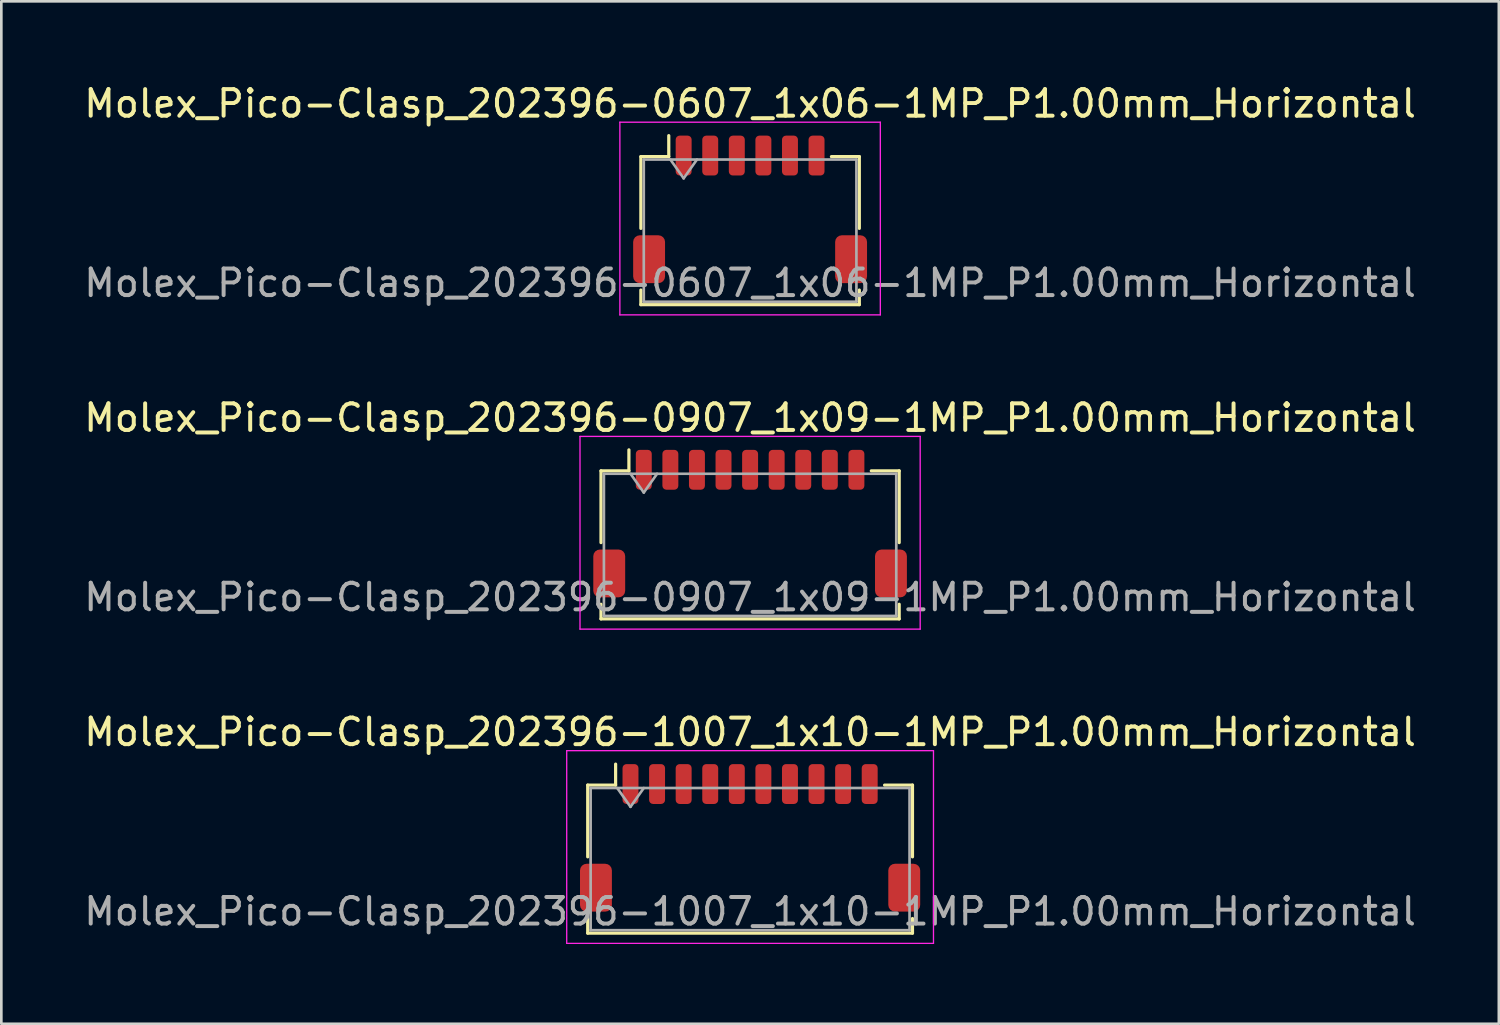
<source format=kicad_pcb>
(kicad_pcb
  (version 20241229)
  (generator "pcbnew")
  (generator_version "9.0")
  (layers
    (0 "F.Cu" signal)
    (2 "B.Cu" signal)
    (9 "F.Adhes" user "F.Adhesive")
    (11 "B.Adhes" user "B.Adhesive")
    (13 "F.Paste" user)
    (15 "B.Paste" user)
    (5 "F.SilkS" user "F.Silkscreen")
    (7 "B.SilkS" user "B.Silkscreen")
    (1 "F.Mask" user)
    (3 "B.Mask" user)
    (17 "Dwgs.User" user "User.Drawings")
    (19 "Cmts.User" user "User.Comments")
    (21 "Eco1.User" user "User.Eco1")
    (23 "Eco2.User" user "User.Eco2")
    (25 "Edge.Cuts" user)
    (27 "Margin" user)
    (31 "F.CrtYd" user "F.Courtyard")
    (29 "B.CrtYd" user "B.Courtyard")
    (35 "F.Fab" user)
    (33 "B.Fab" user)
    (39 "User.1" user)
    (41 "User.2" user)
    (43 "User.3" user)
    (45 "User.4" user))
  (footprint "Molex_Pico-Clasp_202396-0907_1x09-1MP_P1.00mm_Horizontal"
    (layer "F.Cu")
    (at 25.173 16.651)
    (property "Reference" "Molex_Pico-Clasp_202396-0907_1x09-1MP_P1.00mm_Horizontal" (at 0 -3.98 0) (layer "F.SilkS") (effects (font (size 1 1) (thickness 0.15))))
    (attr smd)
    (fp_line (start -5.61 -1.985) (end -4.56 -1.985) (stroke (width 0.12) (type solid)) (layer "F.SilkS"))
    (fp_line (start -5.61 0.715) (end -5.61 -1.985) (stroke (width 0.12) (type solid)) (layer "F.SilkS"))
    (fp_line (start -5.61 3.035) (end -5.61 3.585) (stroke (width 0.12) (type solid)) (layer "F.SilkS"))
    (fp_line (start -5.61 3.585) (end 5.61 3.585) (stroke (width 0.12) (type solid)) (layer "F.SilkS"))
    (fp_line (start -4.56 -1.985) (end -4.56 -2.775) (stroke (width 0.12) (type solid)) (layer "F.SilkS"))
    (fp_line (start 5.61 -1.985) (end 4.56 -1.985) (stroke (width 0.12) (type solid)) (layer "F.SilkS"))
    (fp_line (start 5.61 0.715) (end 5.61 -1.985) (stroke (width 0.12) (type solid)) (layer "F.SilkS"))
    (fp_line (start 5.61 3.585) (end 5.61 3.035) (stroke (width 0.12) (type solid)) (layer "F.SilkS"))
    (fp_line (start -6.4 -3.28) (end -6.4 3.97) (stroke (width 0.05) (type solid)) (layer "F.CrtYd"))
    (fp_line (start -6.4 3.97) (end 6.4 3.97) (stroke (width 0.05) (type solid)) (layer "F.CrtYd"))
    (fp_line (start 6.4 -3.28) (end -6.4 -3.28) (stroke (width 0.05) (type solid)) (layer "F.CrtYd"))
    (fp_line (start 6.4 3.97) (end 6.4 -3.28) (stroke (width 0.05) (type solid)) (layer "F.CrtYd"))
    (fp_line (start -5.5 -1.875) (end -5.5 3.475) (stroke (width 0.1) (type solid)) (layer "F.Fab"))
    (fp_line (start -5.5 -1.875) (end 5.5 -1.875) (stroke (width 0.1) (type solid)) (layer "F.Fab"))
    (fp_line (start -5.5 3.475) (end 5.5 3.475) (stroke (width 0.1) (type solid)) (layer "F.Fab"))
    (fp_line (start -4.5 -1.875) (end -4 -1.168) (stroke (width 0.1) (type solid)) (layer "F.Fab"))
    (fp_line (start -4 -1.168) (end -3.5 -1.875) (stroke (width 0.1) (type solid)) (layer "F.Fab"))
    (fp_line (start 5.5 -1.875) (end 5.5 3.475) (stroke (width 0.1) (type solid)) (layer "F.Fab"))
    (fp_text user "${REFERENCE}" (at 0 2.77 0) (layer "F.Fab") (effects (font (size 1 1) (thickness 0.15))))
    (pad "1" smd roundrect (at -4 -2.025) (size 0.6 1.5) (layers "F.Cu" "F.Mask" "F.Paste") (roundrect_rratio 0.25))
    (pad "2" smd roundrect (at -3 -2.025) (size 0.6 1.5) (layers "F.Cu" "F.Mask" "F.Paste") (roundrect_rratio 0.25))
    (pad "3" smd roundrect (at -2 -2.025) (size 0.6 1.5) (layers "F.Cu" "F.Mask" "F.Paste") (roundrect_rratio 0.25))
    (pad "4" smd roundrect (at -1 -2.025) (size 0.6 1.5) (layers "F.Cu" "F.Mask" "F.Paste") (roundrect_rratio 0.25))
    (pad "5" smd roundrect (at 0 -2.025) (size 0.6 1.5) (layers "F.Cu" "F.Mask" "F.Paste") (roundrect_rratio 0.25))
    (pad "6" smd roundrect (at 1 -2.025) (size 0.6 1.5) (layers "F.Cu" "F.Mask" "F.Paste") (roundrect_rratio 0.25))
    (pad "7" smd roundrect (at 2 -2.025) (size 0.6 1.5) (layers "F.Cu" "F.Mask" "F.Paste") (roundrect_rratio 0.25))
    (pad "8" smd roundrect (at 3 -2.025) (size 0.6 1.5) (layers "F.Cu" "F.Mask" "F.Paste") (roundrect_rratio 0.25))
    (pad "9" smd roundrect (at 4 -2.025) (size 0.6 1.5) (layers "F.Cu" "F.Mask" "F.Paste") (roundrect_rratio 0.25))
    (pad "MP" smd roundrect (at -5.3 1.875) (size 1.2 1.8) (layers "F.Cu" "F.Mask" "F.Paste") (roundrect_rratio 0.208))
    (pad "MP" smd roundrect (at 5.3 1.875) (size 1.2 1.8) (layers "F.Cu" "F.Mask" "F.Paste") (roundrect_rratio 0.208)))
  (footprint "Molex_Pico-Clasp_202396-0607_1x06-1MP_P1.00mm_Horizontal"
    (layer "F.Cu")
    (at 25.173 4.828)
    (property "Reference" "Molex_Pico-Clasp_202396-0607_1x06-1MP_P1.00mm_Horizontal" (at 0 -3.98 0) (layer "F.SilkS") (effects (font (size 1 1) (thickness 0.15))))
    (attr smd)
    (fp_line (start -4.11 -1.985) (end -3.06 -1.985) (stroke (width 0.12) (type solid)) (layer "F.SilkS"))
    (fp_line (start -4.11 0.715) (end -4.11 -1.985) (stroke (width 0.12) (type solid)) (layer "F.SilkS"))
    (fp_line (start -4.11 3.035) (end -4.11 3.585) (stroke (width 0.12) (type solid)) (layer "F.SilkS"))
    (fp_line (start -4.11 3.585) (end 4.11 3.585) (stroke (width 0.12) (type solid)) (layer "F.SilkS"))
    (fp_line (start -3.06 -1.985) (end -3.06 -2.775) (stroke (width 0.12) (type solid)) (layer "F.SilkS"))
    (fp_line (start 4.11 -1.985) (end 3.06 -1.985) (stroke (width 0.12) (type solid)) (layer "F.SilkS"))
    (fp_line (start 4.11 0.715) (end 4.11 -1.985) (stroke (width 0.12) (type solid)) (layer "F.SilkS"))
    (fp_line (start 4.11 3.585) (end 4.11 3.035) (stroke (width 0.12) (type solid)) (layer "F.SilkS"))
    (fp_line (start -4.9 -3.28) (end -4.9 3.97) (stroke (width 0.05) (type solid)) (layer "F.CrtYd"))
    (fp_line (start -4.9 3.97) (end 4.9 3.97) (stroke (width 0.05) (type solid)) (layer "F.CrtYd"))
    (fp_line (start 4.9 -3.28) (end -4.9 -3.28) (stroke (width 0.05) (type solid)) (layer "F.CrtYd"))
    (fp_line (start 4.9 3.97) (end 4.9 -3.28) (stroke (width 0.05) (type solid)) (layer "F.CrtYd"))
    (fp_line (start -4 -1.875) (end -4 3.475) (stroke (width 0.1) (type solid)) (layer "F.Fab"))
    (fp_line (start -4 -1.875) (end 4 -1.875) (stroke (width 0.1) (type solid)) (layer "F.Fab"))
    (fp_line (start -4 3.475) (end 4 3.475) (stroke (width 0.1) (type solid)) (layer "F.Fab"))
    (fp_line (start -3 -1.875) (end -2.5 -1.168) (stroke (width 0.1) (type solid)) (layer "F.Fab"))
    (fp_line (start -2.5 -1.168) (end -2 -1.875) (stroke (width 0.1) (type solid)) (layer "F.Fab"))
    (fp_line (start 4 -1.875) (end 4 3.475) (stroke (width 0.1) (type solid)) (layer "F.Fab"))
    (fp_text user "${REFERENCE}" (at 0 2.77 0) (layer "F.Fab") (effects (font (size 1 1) (thickness 0.15))))
    (pad "1" smd roundrect (at -2.5 -2.025) (size 0.6 1.5) (layers "F.Cu" "F.Mask" "F.Paste") (roundrect_rratio 0.25))
    (pad "2" smd roundrect (at -1.5 -2.025) (size 0.6 1.5) (layers "F.Cu" "F.Mask" "F.Paste") (roundrect_rratio 0.25))
    (pad "3" smd roundrect (at -0.5 -2.025) (size 0.6 1.5) (layers "F.Cu" "F.Mask" "F.Paste") (roundrect_rratio 0.25))
    (pad "4" smd roundrect (at 0.5 -2.025) (size 0.6 1.5) (layers "F.Cu" "F.Mask" "F.Paste") (roundrect_rratio 0.25))
    (pad "5" smd roundrect (at 1.5 -2.025) (size 0.6 1.5) (layers "F.Cu" "F.Mask" "F.Paste") (roundrect_rratio 0.25))
    (pad "6" smd roundrect (at 2.5 -2.025) (size 0.6 1.5) (layers "F.Cu" "F.Mask" "F.Paste") (roundrect_rratio 0.25))
    (pad "MP" smd roundrect (at -3.8 1.875) (size 1.2 1.8) (layers "F.Cu" "F.Mask" "F.Paste") (roundrect_rratio 0.208))
    (pad "MP" smd roundrect (at 3.8 1.875) (size 1.2 1.8) (layers "F.Cu" "F.Mask" "F.Paste") (roundrect_rratio 0.208)))
  (footprint "Molex_Pico-Clasp_202396-1007_1x10-1MP_P1.00mm_Horizontal"
    (layer "F.Cu")
    (at 25.173 28.475)
    (property "Reference" "Molex_Pico-Clasp_202396-1007_1x10-1MP_P1.00mm_Horizontal" (at 0 -3.98 0) (layer "F.SilkS") (effects (font (size 1 1) (thickness 0.15))))
    (attr smd)
    (fp_line (start -6.11 -1.985) (end -5.06 -1.985) (stroke (width 0.12) (type solid)) (layer "F.SilkS"))
    (fp_line (start -6.11 0.715) (end -6.11 -1.985) (stroke (width 0.12) (type solid)) (layer "F.SilkS"))
    (fp_line (start -6.11 3.035) (end -6.11 3.585) (stroke (width 0.12) (type solid)) (layer "F.SilkS"))
    (fp_line (start -6.11 3.585) (end 6.11 3.585) (stroke (width 0.12) (type solid)) (layer "F.SilkS"))
    (fp_line (start -5.06 -1.985) (end -5.06 -2.775) (stroke (width 0.12) (type solid)) (layer "F.SilkS"))
    (fp_line (start 6.11 -1.985) (end 5.06 -1.985) (stroke (width 0.12) (type solid)) (layer "F.SilkS"))
    (fp_line (start 6.11 0.715) (end 6.11 -1.985) (stroke (width 0.12) (type solid)) (layer "F.SilkS"))
    (fp_line (start 6.11 3.585) (end 6.11 3.035) (stroke (width 0.12) (type solid)) (layer "F.SilkS"))
    (fp_line (start -6.9 -3.28) (end -6.9 3.97) (stroke (width 0.05) (type solid)) (layer "F.CrtYd"))
    (fp_line (start -6.9 3.97) (end 6.9 3.97) (stroke (width 0.05) (type solid)) (layer "F.CrtYd"))
    (fp_line (start 6.9 -3.28) (end -6.9 -3.28) (stroke (width 0.05) (type solid)) (layer "F.CrtYd"))
    (fp_line (start 6.9 3.97) (end 6.9 -3.28) (stroke (width 0.05) (type solid)) (layer "F.CrtYd"))
    (fp_line (start -6 -1.875) (end -6 3.475) (stroke (width 0.1) (type solid)) (layer "F.Fab"))
    (fp_line (start -6 -1.875) (end 6 -1.875) (stroke (width 0.1) (type solid)) (layer "F.Fab"))
    (fp_line (start -6 3.475) (end 6 3.475) (stroke (width 0.1) (type solid)) (layer "F.Fab"))
    (fp_line (start -5 -1.875) (end -4.5 -1.168) (stroke (width 0.1) (type solid)) (layer "F.Fab"))
    (fp_line (start -4.5 -1.168) (end -4 -1.875) (stroke (width 0.1) (type solid)) (layer "F.Fab"))
    (fp_line (start 6 -1.875) (end 6 3.475) (stroke (width 0.1) (type solid)) (layer "F.Fab"))
    (fp_text user "${REFERENCE}" (at 0 2.77 0) (layer "F.Fab") (effects (font (size 1 1) (thickness 0.15))))
    (pad "1" smd roundrect (at -4.5 -2.025) (size 0.6 1.5) (layers "F.Cu" "F.Mask" "F.Paste") (roundrect_rratio 0.25))
    (pad "2" smd roundrect (at -3.5 -2.025) (size 0.6 1.5) (layers "F.Cu" "F.Mask" "F.Paste") (roundrect_rratio 0.25))
    (pad "3" smd roundrect (at -2.5 -2.025) (size 0.6 1.5) (layers "F.Cu" "F.Mask" "F.Paste") (roundrect_rratio 0.25))
    (pad "4" smd roundrect (at -1.5 -2.025) (size 0.6 1.5) (layers "F.Cu" "F.Mask" "F.Paste") (roundrect_rratio 0.25))
    (pad "5" smd roundrect (at -0.5 -2.025) (size 0.6 1.5) (layers "F.Cu" "F.Mask" "F.Paste") (roundrect_rratio 0.25))
    (pad "6" smd roundrect (at 0.5 -2.025) (size 0.6 1.5) (layers "F.Cu" "F.Mask" "F.Paste") (roundrect_rratio 0.25))
    (pad "7" smd roundrect (at 1.5 -2.025) (size 0.6 1.5) (layers "F.Cu" "F.Mask" "F.Paste") (roundrect_rratio 0.25))
    (pad "8" smd roundrect (at 2.5 -2.025) (size 0.6 1.5) (layers "F.Cu" "F.Mask" "F.Paste") (roundrect_rratio 0.25))
    (pad "9" smd roundrect (at 3.5 -2.025) (size 0.6 1.5) (layers "F.Cu" "F.Mask" "F.Paste") (roundrect_rratio 0.25))
    (pad "10" smd roundrect (at 4.5 -2.025) (size 0.6 1.5) (layers "F.Cu" "F.Mask" "F.Paste") (roundrect_rratio 0.25))
    (pad "MP" smd roundrect (at -5.8 1.875) (size 1.2 1.8) (layers "F.Cu" "F.Mask" "F.Paste") (roundrect_rratio 0.208))
    (pad "MP" smd roundrect (at 5.8 1.875) (size 1.2 1.8) (layers "F.Cu" "F.Mask" "F.Paste") (roundrect_rratio 0.208)))
  (gr_rect
    (start -3 -3)
    (end 53.345 35.47)
    (stroke (width 0.1) (type default))
    (fill no)
    (layer "Edge.Cuts")))
</source>
